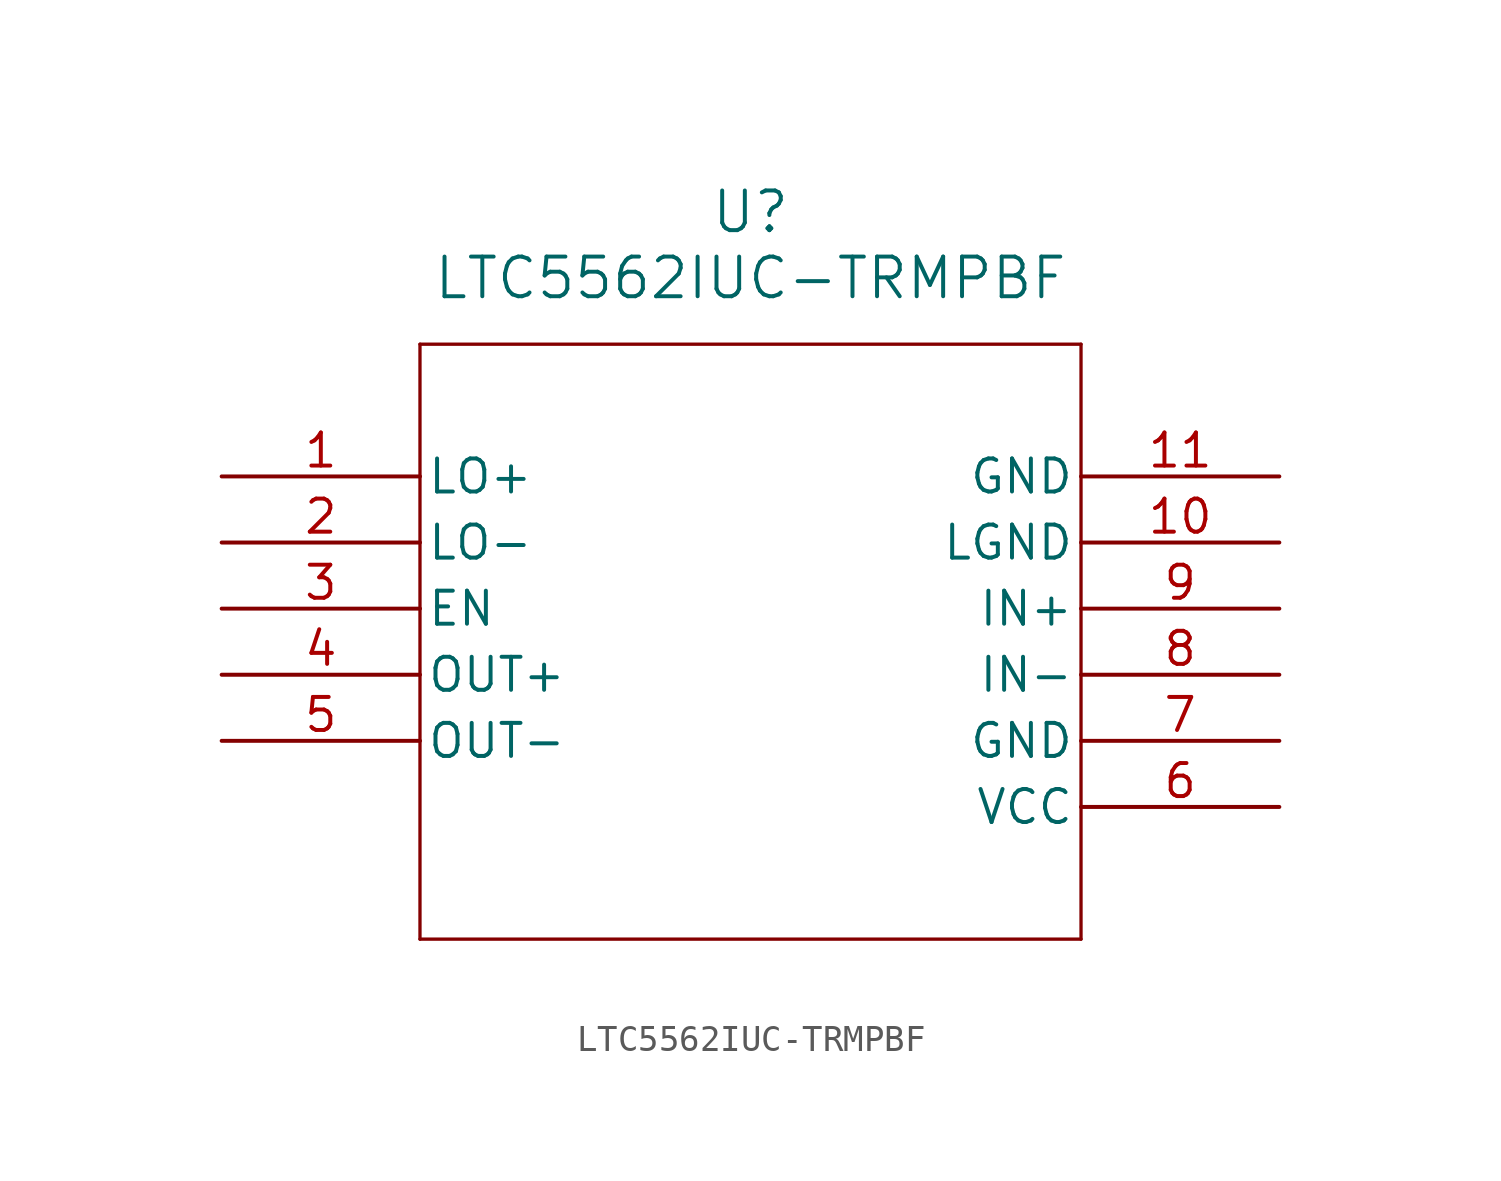
<source format=kicad_sym>
(kicad_symbol_lib
  (version 20211014)
  (generator kicad_symbol_editor)
  (symbol "LTC5562IUC-TRMPBF"
    (pin_names
      (offset 0.254))
    (property "Reference" "U"
      (at 20.32 10.16 0)
      (effects (font (size 1.524 1.524))))
    (property "Value" "LTC5562IUC-TRMPBF"
      (at 20.32 7.62 0)
      (effects (font (size 1.524 1.524))))
    (symbol "LTC5562IUC-TRMPBF_0_1"
      (polyline (pts (xy 7.62 5.08) (xy 7.62 -17.78)) (stroke (width 0.127) (type default) (color 0 0 0 0)) (fill (type none)))
      (polyline (pts (xy 7.62 -17.78) (xy 33.02 -17.78)) (stroke (width 0.127) (type default) (color 0 0 0 0)) (fill (type none)))
      (polyline (pts (xy 33.02 -17.78) (xy 33.02 5.08)) (stroke (width 0.127) (type default) (color 0 0 0 0)) (fill (type none)))
      (polyline (pts (xy 33.02 5.08) (xy 7.62 5.08)) (stroke (width 0.127) (type default) (color 0 0 0 0)) (fill (type none)))
      (pin input line (at 0 0 0) (length 7.62) (name "LO+" (effects (font (size 1.27 1.27)))) (number "1" (effects (font (size 1.27 1.27)))))
      (pin input line (at 0 -2.54 0) (length 7.62) (name "LO-" (effects (font (size 1.27 1.27)))) (number "2" (effects (font (size 1.27 1.27)))))
      (pin input line (at 0 -5.08 0) (length 7.62) (name "EN" (effects (font (size 1.27 1.27)))) (number "3" (effects (font (size 1.27 1.27)))))
      (pin output line (at 0 -7.62 0) (length 7.62) (name "OUT+" (effects (font (size 1.27 1.27)))) (number "4" (effects (font (size 1.27 1.27)))))
      (pin output line (at 0 -10.16 0) (length 7.62) (name "OUT-" (effects (font (size 1.27 1.27)))) (number "5" (effects (font (size 1.27 1.27)))))
      (pin power_in line (at 40.64 -12.7 180) (length 7.62) (name "VCC" (effects (font (size 1.27 1.27)))) (number "6" (effects (font (size 1.27 1.27)))))
      (pin power_out line (at 40.64 -10.16 180) (length 7.62) (name "GND" (effects (font (size 1.27 1.27)))) (number "7" (effects (font (size 1.27 1.27)))))
      (pin input line (at 40.64 -7.62 180) (length 7.62) (name "IN-" (effects (font (size 1.27 1.27)))) (number "8" (effects (font (size 1.27 1.27)))))
      (pin input line (at 40.64 -5.08 180) (length 7.62) (name "IN+" (effects (font (size 1.27 1.27)))) (number "9" (effects (font (size 1.27 1.27)))))
      (pin power_out line (at 40.64 -2.54 180) (length 7.62) (name "LGND" (effects (font (size 1.27 1.27)))) (number "10" (effects (font (size 1.27 1.27)))))
      (pin power_out line (at 40.64 0 180) (length 7.62) (name "GND" (effects (font (size 1.27 1.27)))) (number "11" (effects (font (size 1.27 1.27))))))))
</source>
